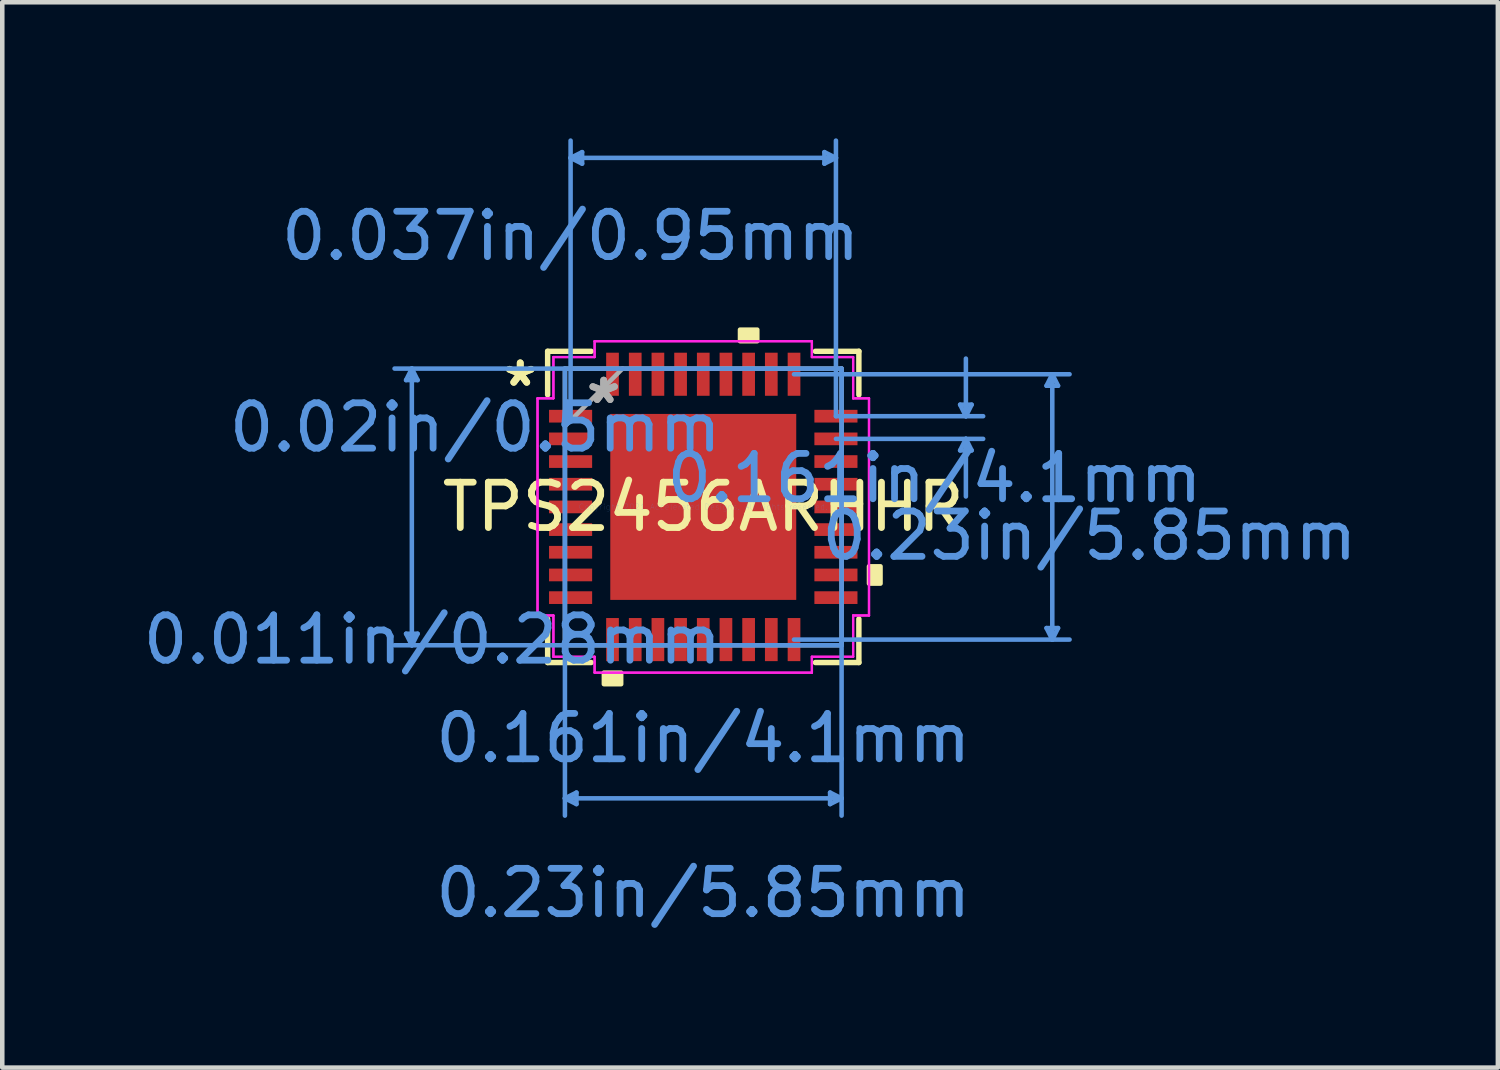
<source format=kicad_pcb>
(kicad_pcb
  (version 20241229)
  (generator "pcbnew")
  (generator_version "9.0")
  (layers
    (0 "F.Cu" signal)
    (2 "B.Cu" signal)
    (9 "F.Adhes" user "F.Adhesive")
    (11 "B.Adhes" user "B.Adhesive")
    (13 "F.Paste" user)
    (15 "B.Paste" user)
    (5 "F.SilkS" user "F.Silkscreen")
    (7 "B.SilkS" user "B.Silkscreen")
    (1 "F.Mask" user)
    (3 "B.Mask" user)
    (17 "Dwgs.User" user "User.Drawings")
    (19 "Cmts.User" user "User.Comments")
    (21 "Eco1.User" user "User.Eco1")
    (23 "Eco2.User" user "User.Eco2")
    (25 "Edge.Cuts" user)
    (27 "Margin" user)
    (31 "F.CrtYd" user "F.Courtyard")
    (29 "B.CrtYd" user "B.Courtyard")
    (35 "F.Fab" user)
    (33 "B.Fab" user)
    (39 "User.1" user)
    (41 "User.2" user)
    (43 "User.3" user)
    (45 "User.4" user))
  (footprint "TPS2456ARHHR"
    (layer "F.Cu")
    (at 12.455 8.126)
    (property "Reference" "TPS2456ARHHR" (at 0 0 0) (layer "F.SilkS") (effects (font (size 1 1) (thickness 0.15))))
    (attr through_hole)
    (fp_poly (pts (xy -2.114 -2.114) (xy -1.775 -2.114) (xy -1.775 2.114) (xy -2.114 2.114)) (stroke (width 0.1) (type solid)) (fill yes) (layer "F.Mask"))
    (fp_poly (pts (xy -2.114 -2.114) (xy 2.114 -2.114) (xy 2.114 -1.775) (xy -2.114 -1.775)) (stroke (width 0.1) (type solid)) (fill yes) (layer "F.Mask"))
    (fp_poly (pts (xy -2.114 -1.375) (xy 2.114 -1.375) (xy 2.114 -0.987) (xy -2.114 -0.987)) (stroke (width 0.1) (type solid)) (fill yes) (layer "F.Mask"))
    (fp_poly (pts (xy -2.114 -0.587) (xy 2.114 -0.587) (xy 2.114 -0.2) (xy -2.114 -0.2)) (stroke (width 0.1) (type solid)) (fill yes) (layer "F.Mask"))
    (fp_poly (pts (xy -2.114 0.2) (xy 2.114 0.2) (xy 2.114 0.587) (xy -2.114 0.587)) (stroke (width 0.1) (type solid)) (fill yes) (layer "F.Mask"))
    (fp_poly (pts (xy -2.114 0.987) (xy 2.114 0.987) (xy 2.114 1.375) (xy -2.114 1.375)) (stroke (width 0.1) (type solid)) (fill yes) (layer "F.Mask"))
    (fp_poly (pts (xy -2.114 1.775) (xy 2.114 1.775) (xy 2.114 2.114) (xy -2.114 2.114)) (stroke (width 0.1) (type solid)) (fill yes) (layer "F.Mask"))
    (fp_poly (pts (xy -0.987 -2.114) (xy -1.375 -2.114) (xy -1.375 2.114) (xy -0.987 2.114)) (stroke (width 0.1) (type solid)) (fill yes) (layer "F.Mask"))
    (fp_poly (pts (xy -0.2 -2.114) (xy -0.587 -2.114) (xy -0.587 2.114) (xy -0.2 2.114)) (stroke (width 0.1) (type solid)) (fill yes) (layer "F.Mask"))
    (fp_poly (pts (xy 0.587 -2.114) (xy 0.2 -2.114) (xy 0.2 2.114) (xy 0.587 2.114)) (stroke (width 0.1) (type solid)) (fill yes) (layer "F.Mask"))
    (fp_poly (pts (xy 1.375 -2.114) (xy 0.987 -2.114) (xy 0.987 2.114) (xy 1.375 2.114)) (stroke (width 0.1) (type solid)) (fill yes) (layer "F.Mask"))
    (fp_poly (pts (xy 1.775 -2.114) (xy 2.114 -2.114) (xy 2.114 2.114) (xy 1.775 2.114)) (stroke (width 0.1) (type solid)) (fill yes) (layer "F.Mask"))
    (fp_line (start -3.431 -3.431) (end -3.431 -2.471) (stroke (width 0.12) (type solid)) (layer "F.SilkS"))
    (fp_line (start -3.431 2.471) (end -3.431 3.431) (stroke (width 0.12) (type solid)) (layer "F.SilkS"))
    (fp_line (start -3.431 3.431) (end -2.472 3.431) (stroke (width 0.12) (type solid)) (layer "F.SilkS"))
    (fp_line (start -2.472 -3.431) (end -3.431 -3.431) (stroke (width 0.12) (type solid)) (layer "F.SilkS"))
    (fp_line (start 2.472 3.431) (end 3.431 3.431) (stroke (width 0.12) (type solid)) (layer "F.SilkS"))
    (fp_line (start 3.431 -3.431) (end 2.472 -3.431) (stroke (width 0.12) (type solid)) (layer "F.SilkS"))
    (fp_line (start 3.431 -2.471) (end 3.431 -3.431) (stroke (width 0.12) (type solid)) (layer "F.SilkS"))
    (fp_line (start 3.431 3.431) (end 3.431 2.471) (stroke (width 0.12) (type solid)) (layer "F.SilkS"))
    (fp_poly (pts (xy -2.191 3.654) (xy -2.191 3.908) (xy -1.81 3.908) (xy -1.81 3.654)) (stroke (width 0.1) (type solid)) (fill yes) (layer "F.SilkS"))
    (fp_poly (pts (xy 0.81 -3.654) (xy 0.81 -3.908) (xy 1.191 -3.908) (xy 1.191 -3.654)) (stroke (width 0.1) (type solid)) (fill yes) (layer "F.SilkS"))
    (fp_poly (pts (xy 3.908 1.31) (xy 3.908 1.69) (xy 3.654 1.69) (xy 3.654 1.31)) (stroke (width 0.1) (type solid)) (fill yes) (layer "F.SilkS"))
    (fp_poly (pts (xy -1.975 -1.975) (xy -1.975 -1.675) (xy -1.816 -1.675) (xy -1.675 -1.816) (xy -1.675 -1.975)) (stroke (width 0.1) (type solid)) (fill yes) (layer "F.Paste"))
    (fp_poly (pts (xy -1.975 1.675) (xy -1.975 1.975) (xy -1.675 1.975) (xy -1.675 1.816) (xy -1.816 1.675)) (stroke (width 0.1) (type solid)) (fill yes) (layer "F.Paste"))
    (fp_poly (pts (xy 1.675 -1.975) (xy 1.675 -1.816) (xy 1.816 -1.675) (xy 1.975 -1.675) (xy 1.975 -1.975)) (stroke (width 0.1) (type solid)) (fill yes) (layer "F.Paste"))
    (fp_poly (pts (xy 1.816 1.675) (xy 1.675 1.816) (xy 1.675 1.975) (xy 1.975 1.975) (xy 1.975 1.675)) (stroke (width 0.1) (type solid)) (fill yes) (layer "F.Paste"))
    (fp_poly (pts (xy -1.975 -1.475) (xy -1.975 -0.887) (xy -1.816 -0.887) (xy -1.675 -1.029) (xy -1.675 -1.333) (xy -1.816 -1.475)) (stroke (width 0.1) (type solid)) (fill yes) (layer "F.Paste"))
    (fp_poly (pts (xy -1.975 -0.687) (xy -1.975 -0.1) (xy -1.816 -0.1) (xy -1.675 -0.241) (xy -1.675 -0.546) (xy -1.816 -0.687)) (stroke (width 0.1) (type solid)) (fill yes) (layer "F.Paste"))
    (fp_poly (pts (xy -1.975 0.1) (xy -1.975 0.687) (xy -1.816 0.687) (xy -1.675 0.546) (xy -1.675 0.241) (xy -1.816 0.1)) (stroke (width 0.1) (type solid)) (fill yes) (layer "F.Paste"))
    (fp_poly (pts (xy -1.975 0.887) (xy -1.975 1.475) (xy -1.816 1.475) (xy -1.675 1.333) (xy -1.675 1.029) (xy -1.816 0.887)) (stroke (width 0.1) (type solid)) (fill yes) (layer "F.Paste"))
    (fp_poly (pts (xy -1.475 -1.975) (xy -1.475 -1.816) (xy -1.333 -1.675) (xy -1.029 -1.675) (xy -0.887 -1.816) (xy -0.887 -1.975)) (stroke (width 0.1) (type solid)) (fill yes) (layer "F.Paste"))
    (fp_poly (pts (xy -1.333 1.675) (xy -1.475 1.816) (xy -1.475 1.975) (xy -0.887 1.975) (xy -0.887 1.816) (xy -1.029 1.675)) (stroke (width 0.1) (type solid)) (fill yes) (layer "F.Paste"))
    (fp_poly (pts (xy -0.687 -1.975) (xy -0.687 -1.816) (xy -0.546 -1.675) (xy -0.241 -1.675) (xy -0.1 -1.816) (xy -0.1 -1.975)) (stroke (width 0.1) (type solid)) (fill yes) (layer "F.Paste"))
    (fp_poly (pts (xy -0.546 1.675) (xy -0.687 1.816) (xy -0.687 1.975) (xy -0.1 1.975) (xy -0.1 1.816) (xy -0.241 1.675)) (stroke (width 0.1) (type solid)) (fill yes) (layer "F.Paste"))
    (fp_poly (pts (xy 0.1 -1.975) (xy 0.1 -1.816) (xy 0.241 -1.675) (xy 0.546 -1.675) (xy 0.687 -1.816) (xy 0.687 -1.975)) (stroke (width 0.1) (type solid)) (fill yes) (layer "F.Paste"))
    (fp_poly (pts (xy 0.241 1.675) (xy 0.1 1.816) (xy 0.1 1.975) (xy 0.687 1.975) (xy 0.687 1.816) (xy 0.546 1.675)) (stroke (width 0.1) (type solid)) (fill yes) (layer "F.Paste"))
    (fp_poly (pts (xy 0.887 -1.975) (xy 0.887 -1.816) (xy 1.029 -1.675) (xy 1.333 -1.675) (xy 1.475 -1.816) (xy 1.475 -1.975)) (stroke (width 0.1) (type solid)) (fill yes) (layer "F.Paste"))
    (fp_poly (pts (xy 1.029 1.675) (xy 0.887 1.816) (xy 0.887 1.975) (xy 1.475 1.975) (xy 1.475 1.816) (xy 1.333 1.675)) (stroke (width 0.1) (type solid)) (fill yes) (layer "F.Paste"))
    (fp_poly (pts (xy 1.816 -1.475) (xy 1.675 -1.333) (xy 1.675 -1.029) (xy 1.816 -0.887) (xy 1.975 -0.887) (xy 1.975 -1.475)) (stroke (width 0.1) (type solid)) (fill yes) (layer "F.Paste"))
    (fp_poly (pts (xy 1.816 -0.687) (xy 1.675 -0.546) (xy 1.675 -0.241) (xy 1.816 -0.1) (xy 1.975 -0.1) (xy 1.975 -0.687)) (stroke (width 0.1) (type solid)) (fill yes) (layer "F.Paste"))
    (fp_poly (pts (xy 1.816 0.1) (xy 1.675 0.241) (xy 1.675 0.546) (xy 1.816 0.687) (xy 1.975 0.687) (xy 1.975 0.1)) (stroke (width 0.1) (type solid)) (fill yes) (layer "F.Paste"))
    (fp_poly (pts (xy 1.816 0.887) (xy 1.675 1.029) (xy 1.675 1.333) (xy 1.816 1.475) (xy 1.975 1.475) (xy 1.975 0.887)) (stroke (width 0.1) (type solid)) (fill yes) (layer "F.Paste"))
    (fp_poly (pts (xy -1.333 -1.475) (xy -1.475 -1.333) (xy -1.475 -1.029) (xy -1.333 -0.887) (xy -1.029 -0.887) (xy -0.887 -1.029) (xy -0.887 -1.333) (xy -1.029 -1.475)) (stroke (width 0.1) (type solid)) (fill yes) (layer "F.Paste"))
    (fp_poly (pts (xy -1.333 -0.687) (xy -1.475 -0.546) (xy -1.475 -0.241) (xy -1.333 -0.1) (xy -1.029 -0.1) (xy -0.887 -0.241) (xy -0.887 -0.546) (xy -1.029 -0.687)) (stroke (width 0.1) (type solid)) (fill yes) (layer "F.Paste"))
    (fp_poly (pts (xy -1.333 0.1) (xy -1.475 0.241) (xy -1.475 0.546) (xy -1.333 0.687) (xy -1.029 0.687) (xy -0.887 0.546) (xy -0.887 0.241) (xy -1.029 0.1)) (stroke (width 0.1) (type solid)) (fill yes) (layer "F.Paste"))
    (fp_poly (pts (xy -1.333 0.887) (xy -1.475 1.029) (xy -1.475 1.333) (xy -1.333 1.475) (xy -1.029 1.475) (xy -0.887 1.333) (xy -0.887 1.029) (xy -1.029 0.887)) (stroke (width 0.1) (type solid)) (fill yes) (layer "F.Paste"))
    (fp_poly (pts (xy -0.546 -1.475) (xy -0.687 -1.333) (xy -0.687 -1.029) (xy -0.546 -0.887) (xy -0.241 -0.887) (xy -0.1 -1.029) (xy -0.1 -1.333) (xy -0.241 -1.475)) (stroke (width 0.1) (type solid)) (fill yes) (layer "F.Paste"))
    (fp_poly (pts (xy -0.546 -0.687) (xy -0.687 -0.546) (xy -0.687 -0.241) (xy -0.546 -0.1) (xy -0.241 -0.1) (xy -0.1 -0.241) (xy -0.1 -0.546) (xy -0.241 -0.687)) (stroke (width 0.1) (type solid)) (fill yes) (layer "F.Paste"))
    (fp_poly (pts (xy -0.546 0.1) (xy -0.687 0.241) (xy -0.687 0.546) (xy -0.546 0.687) (xy -0.241 0.687) (xy -0.1 0.546) (xy -0.1 0.241) (xy -0.241 0.1)) (stroke (width 0.1) (type solid)) (fill yes) (layer "F.Paste"))
    (fp_poly (pts (xy -0.546 0.887) (xy -0.687 1.029) (xy -0.687 1.333) (xy -0.546 1.475) (xy -0.241 1.475) (xy -0.1 1.333) (xy -0.1 1.029) (xy -0.241 0.887)) (stroke (width 0.1) (type solid)) (fill yes) (layer "F.Paste"))
    (fp_poly (pts (xy 0.241 -1.475) (xy 0.1 -1.333) (xy 0.1 -1.029) (xy 0.241 -0.887) (xy 0.546 -0.887) (xy 0.687 -1.029) (xy 0.687 -1.333) (xy 0.546 -1.475)) (stroke (width 0.1) (type solid)) (fill yes) (layer "F.Paste"))
    (fp_poly (pts (xy 0.241 -0.687) (xy 0.1 -0.546) (xy 0.1 -0.241) (xy 0.241 -0.1) (xy 0.546 -0.1) (xy 0.687 -0.241) (xy 0.687 -0.546) (xy 0.546 -0.687)) (stroke (width 0.1) (type solid)) (fill yes) (layer "F.Paste"))
    (fp_poly (pts (xy 0.241 0.1) (xy 0.1 0.241) (xy 0.1 0.546) (xy 0.241 0.687) (xy 0.546 0.687) (xy 0.687 0.546) (xy 0.687 0.241) (xy 0.546 0.1)) (stroke (width 0.1) (type solid)) (fill yes) (layer "F.Paste"))
    (fp_poly (pts (xy 0.241 0.887) (xy 0.1 1.029) (xy 0.1 1.333) (xy 0.241 1.475) (xy 0.546 1.475) (xy 0.687 1.333) (xy 0.687 1.029) (xy 0.546 0.887)) (stroke (width 0.1) (type solid)) (fill yes) (layer "F.Paste"))
    (fp_poly (pts (xy 1.029 -1.475) (xy 0.887 -1.333) (xy 0.887 -1.029) (xy 1.029 -0.887) (xy 1.333 -0.887) (xy 1.475 -1.029) (xy 1.475 -1.333) (xy 1.333 -1.475)) (stroke (width 0.1) (type solid)) (fill yes) (layer "F.Paste"))
    (fp_poly (pts (xy 1.029 -0.687) (xy 0.887 -0.546) (xy 0.887 -0.241) (xy 1.029 -0.1) (xy 1.333 -0.1) (xy 1.475 -0.241) (xy 1.475 -0.546) (xy 1.333 -0.687)) (stroke (width 0.1) (type solid)) (fill yes) (layer "F.Paste"))
    (fp_poly (pts (xy 1.029 0.1) (xy 0.887 0.241) (xy 0.887 0.546) (xy 1.029 0.687) (xy 1.333 0.687) (xy 1.475 0.546) (xy 1.475 0.241) (xy 1.333 0.1)) (stroke (width 0.1) (type solid)) (fill yes) (layer "F.Paste"))
    (fp_poly (pts (xy 1.029 0.887) (xy 0.887 1.029) (xy 0.887 1.333) (xy 1.029 1.475) (xy 1.333 1.475) (xy 1.475 1.333) (xy 1.475 1.029) (xy 1.333 0.887)) (stroke (width 0.1) (type solid)) (fill yes) (layer "F.Paste"))
    (fp_line (start -6.552 -2.796) (end -6.298 -2.796) (stroke (width 0.1) (type solid)) (layer "Cmts.User"))
    (fp_line (start -6.552 2.796) (end -6.298 2.796) (stroke (width 0.1) (type solid)) (layer "Cmts.User"))
    (fp_line (start -6.425 -3.05) (end -6.552 -2.796) (stroke (width 0.1) (type solid)) (layer "Cmts.User"))
    (fp_line (start -6.425 -3.05) (end -6.425 3.05) (stroke (width 0.1) (type solid)) (layer "Cmts.User"))
    (fp_line (start -6.425 -3.05) (end -6.298 -2.796) (stroke (width 0.1) (type solid)) (layer "Cmts.User"))
    (fp_line (start -6.425 3.05) (end -6.552 2.796) (stroke (width 0.1) (type solid)) (layer "Cmts.User"))
    (fp_line (start -6.425 3.05) (end -6.298 2.796) (stroke (width 0.1) (type solid)) (layer "Cmts.User"))
    (fp_line (start -3.05 -3.05) (end -3.05 6.806) (stroke (width 0.1) (type solid)) (layer "Cmts.User"))
    (fp_line (start -3.05 6.425) (end -2.796 6.298) (stroke (width 0.1) (type solid)) (layer "Cmts.User"))
    (fp_line (start -3.05 6.425) (end -2.796 6.552) (stroke (width 0.1) (type solid)) (layer "Cmts.User"))
    (fp_line (start -3.05 6.425) (end 3.05 6.425) (stroke (width 0.1) (type solid)) (layer "Cmts.User"))
    (fp_line (start -2.925 -7.695) (end -2.671 -7.822) (stroke (width 0.1) (type solid)) (layer "Cmts.User"))
    (fp_line (start -2.925 -7.695) (end -2.671 -7.568) (stroke (width 0.1) (type solid)) (layer "Cmts.User"))
    (fp_line (start -2.925 -7.695) (end 2.925 -7.695) (stroke (width 0.1) (type solid)) (layer "Cmts.User"))
    (fp_line (start -2.925 -2) (end -2.925 -8.076) (stroke (width 0.1) (type solid)) (layer "Cmts.User"))
    (fp_line (start -2.796 6.298) (end -2.796 6.552) (stroke (width 0.1) (type solid)) (layer "Cmts.User"))
    (fp_line (start -2.671 -7.822) (end -2.671 -7.568) (stroke (width 0.1) (type solid)) (layer "Cmts.User"))
    (fp_line (start 2 -2.925) (end 8.076 -2.925) (stroke (width 0.1) (type solid)) (layer "Cmts.User"))
    (fp_line (start 2 2.925) (end 8.076 2.925) (stroke (width 0.1) (type solid)) (layer "Cmts.User"))
    (fp_line (start 2.671 -7.822) (end 2.671 -7.568) (stroke (width 0.1) (type solid)) (layer "Cmts.User"))
    (fp_line (start 2.796 6.298) (end 2.796 6.552) (stroke (width 0.1) (type solid)) (layer "Cmts.User"))
    (fp_line (start 2.925 -7.695) (end 2.671 -7.822) (stroke (width 0.1) (type solid)) (layer "Cmts.User"))
    (fp_line (start 2.925 -7.695) (end 2.671 -7.568) (stroke (width 0.1) (type solid)) (layer "Cmts.User"))
    (fp_line (start 2.925 -2) (end 2.925 -8.076) (stroke (width 0.1) (type solid)) (layer "Cmts.User"))
    (fp_line (start 2.925 -2) (end 6.171 -2) (stroke (width 0.1) (type solid)) (layer "Cmts.User"))
    (fp_line (start 2.925 -1.5) (end 6.171 -1.5) (stroke (width 0.1) (type solid)) (layer "Cmts.User"))
    (fp_line (start 3.05 -3.05) (end -6.806 -3.05) (stroke (width 0.1) (type solid)) (layer "Cmts.User"))
    (fp_line (start 3.05 -3.05) (end 3.05 6.806) (stroke (width 0.1) (type solid)) (layer "Cmts.User"))
    (fp_line (start 3.05 3.05) (end -6.806 3.05) (stroke (width 0.1) (type solid)) (layer "Cmts.User"))
    (fp_line (start 3.05 6.425) (end 2.796 6.298) (stroke (width 0.1) (type solid)) (layer "Cmts.User"))
    (fp_line (start 3.05 6.425) (end 2.796 6.552) (stroke (width 0.1) (type solid)) (layer "Cmts.User"))
    (fp_line (start 5.663 -2.254) (end 5.917 -2.254) (stroke (width 0.1) (type solid)) (layer "Cmts.User"))
    (fp_line (start 5.663 -1.246) (end 5.917 -1.246) (stroke (width 0.1) (type solid)) (layer "Cmts.User"))
    (fp_line (start 5.79 -2) (end 5.663 -2.254) (stroke (width 0.1) (type solid)) (layer "Cmts.User"))
    (fp_line (start 5.79 -2) (end 5.79 -3.27) (stroke (width 0.1) (type solid)) (layer "Cmts.User"))
    (fp_line (start 5.79 -2) (end 5.917 -2.254) (stroke (width 0.1) (type solid)) (layer "Cmts.User"))
    (fp_line (start 5.79 -1.5) (end 5.663 -1.246) (stroke (width 0.1) (type solid)) (layer "Cmts.User"))
    (fp_line (start 5.79 -1.5) (end 5.79 -0.23) (stroke (width 0.1) (type solid)) (layer "Cmts.User"))
    (fp_line (start 5.79 -1.5) (end 5.917 -1.246) (stroke (width 0.1) (type solid)) (layer "Cmts.User"))
    (fp_line (start 7.568 -2.671) (end 7.822 -2.671) (stroke (width 0.1) (type solid)) (layer "Cmts.User"))
    (fp_line (start 7.568 2.671) (end 7.822 2.671) (stroke (width 0.1) (type solid)) (layer "Cmts.User"))
    (fp_line (start 7.695 -2.925) (end 7.568 -2.671) (stroke (width 0.1) (type solid)) (layer "Cmts.User"))
    (fp_line (start 7.695 -2.925) (end 7.695 2.925) (stroke (width 0.1) (type solid)) (layer "Cmts.User"))
    (fp_line (start 7.695 -2.925) (end 7.822 -2.671) (stroke (width 0.1) (type solid)) (layer "Cmts.User"))
    (fp_line (start 7.695 2.925) (end 7.568 2.671) (stroke (width 0.1) (type solid)) (layer "Cmts.User"))
    (fp_line (start 7.695 2.925) (end 7.822 2.671) (stroke (width 0.1) (type solid)) (layer "Cmts.User"))
    (fp_circle (center -1.575 -1.575) (end -1.384 -1.575) (stroke (width 0.152) (type solid)) (fill no) (layer "Eco1.User"))
    (fp_circle (center -1.575 -0.787) (end -1.384 -0.787) (stroke (width 0.152) (type solid)) (fill no) (layer "Eco1.User"))
    (fp_circle (center -1.575 0) (end -1.384 0) (stroke (width 0.152) (type solid)) (fill no) (layer "Eco1.User"))
    (fp_circle (center -1.575 0.787) (end -1.384 0.787) (stroke (width 0.152) (type solid)) (fill no) (layer "Eco1.User"))
    (fp_circle (center -1.575 1.575) (end -1.384 1.575) (stroke (width 0.152) (type solid)) (fill no) (layer "Eco1.User"))
    (fp_circle (center -0.787 -1.575) (end -0.597 -1.575) (stroke (width 0.152) (type solid)) (fill no) (layer "Eco1.User"))
    (fp_circle (center -0.787 -0.787) (end -0.597 -0.787) (stroke (width 0.152) (type solid)) (fill no) (layer "Eco1.User"))
    (fp_circle (center -0.787 0) (end -0.597 0) (stroke (width 0.152) (type solid)) (fill no) (layer "Eco1.User"))
    (fp_circle (center -0.787 0.787) (end -0.597 0.787) (stroke (width 0.152) (type solid)) (fill no) (layer "Eco1.User"))
    (fp_circle (center -0.787 1.575) (end -0.597 1.575) (stroke (width 0.152) (type solid)) (fill no) (layer "Eco1.User"))
    (fp_circle (center 0 -1.575) (end 0.191 -1.575) (stroke (width 0.152) (type solid)) (fill no) (layer "Eco1.User"))
    (fp_circle (center 0 -0.787) (end 0.191 -0.787) (stroke (width 0.152) (type solid)) (fill no) (layer "Eco1.User"))
    (fp_circle (center 0 0) (end 0.191 0) (stroke (width 0.152) (type solid)) (fill no) (layer "Eco1.User"))
    (fp_circle (center 0 0.787) (end 0.191 0.787) (stroke (width 0.152) (type solid)) (fill no) (layer "Eco1.User"))
    (fp_circle (center 0 1.575) (end 0.191 1.575) (stroke (width 0.152) (type solid)) (fill no) (layer "Eco1.User"))
    (fp_circle (center 0.787 -1.575) (end 0.978 -1.575) (stroke (width 0.152) (type solid)) (fill no) (layer "Eco1.User"))
    (fp_circle (center 0.787 -0.787) (end 0.978 -0.787) (stroke (width 0.152) (type solid)) (fill no) (layer "Eco1.User"))
    (fp_circle (center 0.787 0) (end 0.978 0) (stroke (width 0.152) (type solid)) (fill no) (layer "Eco1.User"))
    (fp_circle (center 0.787 0.787) (end 0.978 0.787) (stroke (width 0.152) (type solid)) (fill no) (layer "Eco1.User"))
    (fp_circle (center 0.787 1.575) (end 0.978 1.575) (stroke (width 0.152) (type solid)) (fill no) (layer "Eco1.User"))
    (fp_circle (center 1.575 -1.575) (end 1.765 -1.575) (stroke (width 0.152) (type solid)) (fill no) (layer "Eco1.User"))
    (fp_circle (center 1.575 -0.787) (end 1.765 -0.787) (stroke (width 0.152) (type solid)) (fill no) (layer "Eco1.User"))
    (fp_circle (center 1.575 0) (end 1.765 0) (stroke (width 0.152) (type solid)) (fill no) (layer "Eco1.User"))
    (fp_circle (center 1.575 0.787) (end 1.765 0.787) (stroke (width 0.152) (type solid)) (fill no) (layer "Eco1.User"))
    (fp_circle (center 1.575 1.575) (end 1.765 1.575) (stroke (width 0.152) (type solid)) (fill no) (layer "Eco1.User"))
    (fp_line (start -3.654 -2.394) (end -3.304 -2.394) (stroke (width 0.05) (type solid)) (layer "F.CrtYd"))
    (fp_line (start -3.654 -2.394) (end -3.304 -2.394) (stroke (width 0.05) (type solid)) (layer "F.CrtYd"))
    (fp_line (start -3.654 2.394) (end -3.654 -2.394) (stroke (width 0.05) (type solid)) (layer "F.CrtYd"))
    (fp_line (start -3.654 2.394) (end -3.654 -2.394) (stroke (width 0.05) (type solid)) (layer "F.CrtYd"))
    (fp_line (start -3.304 -3.304) (end -2.395 -3.304) (stroke (width 0.05) (type solid)) (layer "F.CrtYd"))
    (fp_line (start -3.304 -3.304) (end -2.395 -3.304) (stroke (width 0.05) (type solid)) (layer "F.CrtYd"))
    (fp_line (start -3.304 -2.394) (end -3.304 -3.304) (stroke (width 0.05) (type solid)) (layer "F.CrtYd"))
    (fp_line (start -3.304 -2.394) (end -3.304 -3.304) (stroke (width 0.05) (type solid)) (layer "F.CrtYd"))
    (fp_line (start -3.304 2.394) (end -3.654 2.394) (stroke (width 0.05) (type solid)) (layer "F.CrtYd"))
    (fp_line (start -3.304 2.394) (end -3.654 2.394) (stroke (width 0.05) (type solid)) (layer "F.CrtYd"))
    (fp_line (start -3.304 3.304) (end -3.304 2.394) (stroke (width 0.05) (type solid)) (layer "F.CrtYd"))
    (fp_line (start -3.304 3.304) (end -3.304 2.394) (stroke (width 0.05) (type solid)) (layer "F.CrtYd"))
    (fp_line (start -2.395 -3.654) (end 2.395 -3.654) (stroke (width 0.05) (type solid)) (layer "F.CrtYd"))
    (fp_line (start -2.395 -3.654) (end 2.395 -3.654) (stroke (width 0.05) (type solid)) (layer "F.CrtYd"))
    (fp_line (start -2.395 -3.304) (end -2.395 -3.654) (stroke (width 0.05) (type solid)) (layer "F.CrtYd"))
    (fp_line (start -2.395 -3.304) (end -2.395 -3.654) (stroke (width 0.05) (type solid)) (layer "F.CrtYd"))
    (fp_line (start -2.395 3.304) (end -3.304 3.304) (stroke (width 0.05) (type solid)) (layer "F.CrtYd"))
    (fp_line (start -2.395 3.304) (end -3.304 3.304) (stroke (width 0.05) (type solid)) (layer "F.CrtYd"))
    (fp_line (start -2.395 3.654) (end -2.395 3.304) (stroke (width 0.05) (type solid)) (layer "F.CrtYd"))
    (fp_line (start -2.395 3.654) (end -2.395 3.304) (stroke (width 0.05) (type solid)) (layer "F.CrtYd"))
    (fp_line (start 2.395 -3.654) (end 2.395 -3.304) (stroke (width 0.05) (type solid)) (layer "F.CrtYd"))
    (fp_line (start 2.395 -3.654) (end 2.395 -3.304) (stroke (width 0.05) (type solid)) (layer "F.CrtYd"))
    (fp_line (start 2.395 -3.304) (end 3.304 -3.304) (stroke (width 0.05) (type solid)) (layer "F.CrtYd"))
    (fp_line (start 2.395 -3.304) (end 3.304 -3.304) (stroke (width 0.05) (type solid)) (layer "F.CrtYd"))
    (fp_line (start 2.395 3.304) (end 2.395 3.654) (stroke (width 0.05) (type solid)) (layer "F.CrtYd"))
    (fp_line (start 2.395 3.304) (end 2.395 3.654) (stroke (width 0.05) (type solid)) (layer "F.CrtYd"))
    (fp_line (start 2.395 3.654) (end -2.395 3.654) (stroke (width 0.05) (type solid)) (layer "F.CrtYd"))
    (fp_line (start 2.395 3.654) (end -2.395 3.654) (stroke (width 0.05) (type solid)) (layer "F.CrtYd"))
    (fp_line (start 3.304 -3.304) (end 3.304 -2.394) (stroke (width 0.05) (type solid)) (layer "F.CrtYd"))
    (fp_line (start 3.304 -3.304) (end 3.304 -2.394) (stroke (width 0.05) (type solid)) (layer "F.CrtYd"))
    (fp_line (start 3.304 -2.394) (end 3.654 -2.394) (stroke (width 0.05) (type solid)) (layer "F.CrtYd"))
    (fp_line (start 3.304 -2.394) (end 3.654 -2.394) (stroke (width 0.05) (type solid)) (layer "F.CrtYd"))
    (fp_line (start 3.304 2.394) (end 3.304 3.304) (stroke (width 0.05) (type solid)) (layer "F.CrtYd"))
    (fp_line (start 3.304 2.394) (end 3.304 3.304) (stroke (width 0.05) (type solid)) (layer "F.CrtYd"))
    (fp_line (start 3.304 3.304) (end 2.395 3.304) (stroke (width 0.05) (type solid)) (layer "F.CrtYd"))
    (fp_line (start 3.304 3.304) (end 2.395 3.304) (stroke (width 0.05) (type solid)) (layer "F.CrtYd"))
    (fp_line (start 3.654 -2.394) (end 3.654 2.394) (stroke (width 0.05) (type solid)) (layer "F.CrtYd"))
    (fp_line (start 3.654 -2.394) (end 3.654 2.394) (stroke (width 0.05) (type solid)) (layer "F.CrtYd"))
    (fp_line (start 3.654 2.394) (end 3.304 2.394) (stroke (width 0.05) (type solid)) (layer "F.CrtYd"))
    (fp_line (start 3.654 2.394) (end 3.304 2.394) (stroke (width 0.05) (type solid)) (layer "F.CrtYd"))
    (fp_line (start -3.05 -3.05) (end -3.05 3.05) (stroke (width 0.1) (type solid)) (layer "F.Fab"))
    (fp_line (start -3.05 -1.78) (end -1.78 -3.05) (stroke (width 0.1) (type solid)) (layer "F.Fab"))
    (fp_line (start -3.05 3.05) (end 3.05 3.05) (stroke (width 0.1) (type solid)) (layer "F.Fab"))
    (fp_line (start 3.05 -3.05) (end -3.05 -3.05) (stroke (width 0.1) (type solid)) (layer "F.Fab"))
    (fp_line (start 3.05 3.05) (end 3.05 -3.05) (stroke (width 0.1) (type solid)) (layer "F.Fab"))
    (fp_text user "*" (at -4.035 -2.631 0) (layer "F.SilkS") (effects (font (size 1 1) (thickness 0.15))))
    (fp_text user "*" (at -4.035 -2.631 0) (layer "F.SilkS") (effects (font (size 1 1) (thickness 0.15))))
    (fp_text user "Copyright 2021 Accelerated Designs. All rights reserved." (at 0 0 0) (layer "Cmts.User") (effects (font (size 0.127 0.127) (thickness 0.002))))
    (fp_text user "0.011in/0.28mm" (at -5.973 2.925 0) (layer "Cmts.User") (effects (font (size 1 1) (thickness 0.15))))
    (fp_text user "0.161in/4.1mm" (at 5.098 -0.635 0) (layer "Cmts.User") (effects (font (size 1 1) (thickness 0.15))))
    (fp_text user "0.037in/0.95mm" (at -2.925 -5.973 0) (layer "Cmts.User") (effects (font (size 1 1) (thickness 0.15))))
    (fp_text user "0.23in/5.85mm" (at 0 8.513 0) (layer "Cmts.User") (effects (font (size 1 1) (thickness 0.15))))
    (fp_text user "0.02in/0.5mm" (at -5.028 -1.75 0) (layer "Cmts.User") (effects (font (size 1 1) (thickness 0.15))))
    (fp_text user "0.23in/5.85mm" (at 8.513 0.635 0) (layer "Cmts.User") (effects (font (size 1 1) (thickness 0.15))))
    (fp_text user "0.161in/4.1mm" (at 0 5.098 0) (layer "Cmts.User") (effects (font (size 1 1) (thickness 0.15))))
    (fp_text user "*" (at -2.196 -2.25 0) (layer "F.Fab") (effects (font (size 1 1) (thickness 0.15))))
    (fp_text user "*" (at -2.196 -2.25 0) (layer "F.Fab") (effects (font (size 1 1) (thickness 0.15))))
    (pad "1" smd rect (at -2.925 -2 90) (size 0.28 0.95) (layers "F.Cu" "F.Mask" "F.Paste"))
    (pad "2" smd rect (at -2.925 -1.5 90) (size 0.28 0.95) (layers "F.Cu" "F.Mask" "F.Paste"))
    (pad "3" smd rect (at -2.925 -1 90) (size 0.28 0.95) (layers "F.Cu" "F.Mask" "F.Paste"))
    (pad "4" smd rect (at -2.925 -0.5 90) (size 0.28 0.95) (layers "F.Cu" "F.Mask" "F.Paste"))
    (pad "5" smd rect (at -2.925 0 90) (size 0.28 0.95) (layers "F.Cu" "F.Mask" "F.Paste"))
    (pad "6" smd rect (at -2.925 0.5 90) (size 0.28 0.95) (layers "F.Cu" "F.Mask" "F.Paste"))
    (pad "7" smd rect (at -2.925 1 90) (size 0.28 0.95) (layers "F.Cu" "F.Mask" "F.Paste"))
    (pad "8" smd rect (at -2.925 1.5 90) (size 0.28 0.95) (layers "F.Cu" "F.Mask" "F.Paste"))
    (pad "9" smd rect (at -2.925 2 90) (size 0.28 0.95) (layers "F.Cu" "F.Mask" "F.Paste"))
    (pad "10" smd rect (at -2.001 2.925) (size 0.28 0.95) (layers "F.Cu" "F.Mask" "F.Paste"))
    (pad "11" smd rect (at -1.5 2.925) (size 0.28 0.95) (layers "F.Cu" "F.Mask" "F.Paste"))
    (pad "12" smd rect (at -1 2.925) (size 0.28 0.95) (layers "F.Cu" "F.Mask" "F.Paste"))
    (pad "13" smd rect (at -0.5 2.925) (size 0.28 0.95) (layers "F.Cu" "F.Mask" "F.Paste"))
    (pad "14" smd rect (at 0 2.925) (size 0.28 0.95) (layers "F.Cu" "F.Mask" "F.Paste"))
    (pad "15" smd rect (at 0.5 2.925) (size 0.28 0.95) (layers "F.Cu" "F.Mask" "F.Paste"))
    (pad "16" smd rect (at 1 2.925) (size 0.28 0.95) (layers "F.Cu" "F.Mask" "F.Paste"))
    (pad "17" smd rect (at 1.5 2.925) (size 0.28 0.95) (layers "F.Cu" "F.Mask" "F.Paste"))
    (pad "18" smd rect (at 2.001 2.925) (size 0.28 0.95) (layers "F.Cu" "F.Mask" "F.Paste"))
    (pad "19" smd rect (at 2.925 2 90) (size 0.28 0.95) (layers "F.Cu" "F.Mask" "F.Paste"))
    (pad "20" smd rect (at 2.925 1.5 90) (size 0.28 0.95) (layers "F.Cu" "F.Mask" "F.Paste"))
    (pad "21" smd rect (at 2.925 1 90) (size 0.28 0.95) (layers "F.Cu" "F.Mask" "F.Paste"))
    (pad "22" smd rect (at 2.925 0.5 90) (size 0.28 0.95) (layers "F.Cu" "F.Mask" "F.Paste"))
    (pad "23" smd rect (at 2.925 0 90) (size 0.28 0.95) (layers "F.Cu" "F.Mask" "F.Paste"))
    (pad "24" smd rect (at 2.925 -0.5 90) (size 0.28 0.95) (layers "F.Cu" "F.Mask" "F.Paste"))
    (pad "25" smd rect (at 2.925 -1 90) (size 0.28 0.95) (layers "F.Cu" "F.Mask" "F.Paste"))
    (pad "26" smd rect (at 2.925 -1.5 90) (size 0.28 0.95) (layers "F.Cu" "F.Mask" "F.Paste"))
    (pad "27" smd rect (at 2.925 -2 90) (size 0.28 0.95) (layers "F.Cu" "F.Mask" "F.Paste"))
    (pad "28" smd rect (at 2.001 -2.925) (size 0.28 0.95) (layers "F.Cu" "F.Mask" "F.Paste"))
    (pad "29" smd rect (at 1.5 -2.925) (size 0.28 0.95) (layers "F.Cu" "F.Mask" "F.Paste"))
    (pad "30" smd rect (at 1 -2.925) (size 0.28 0.95) (layers "F.Cu" "F.Mask" "F.Paste"))
    (pad "31" smd rect (at 0.5 -2.925) (size 0.28 0.95) (layers "F.Cu" "F.Mask" "F.Paste"))
    (pad "32" smd rect (at 0 -2.925) (size 0.28 0.95) (layers "F.Cu" "F.Mask" "F.Paste"))
    (pad "33" smd rect (at -0.5 -2.925) (size 0.28 0.95) (layers "F.Cu" "F.Mask" "F.Paste"))
    (pad "34" smd rect (at -1 -2.925) (size 0.28 0.95) (layers "F.Cu" "F.Mask" "F.Paste"))
    (pad "35" smd rect (at -1.5 -2.925) (size 0.28 0.95) (layers "F.Cu" "F.Mask" "F.Paste"))
    (pad "36" smd rect (at -2.001 -2.925) (size 0.28 0.95) (layers "F.Cu" "F.Mask" "F.Paste"))
    (pad "37" smd rect (at 0 0) (size 4.1 4.1) (layers "F.Cu")))
  (gr_rect
    (start -3 -3)
    (end 29.974 20.487)
    (stroke (width 0.1) (type default))
    (fill no)
    (layer "Edge.Cuts")))
</source>
